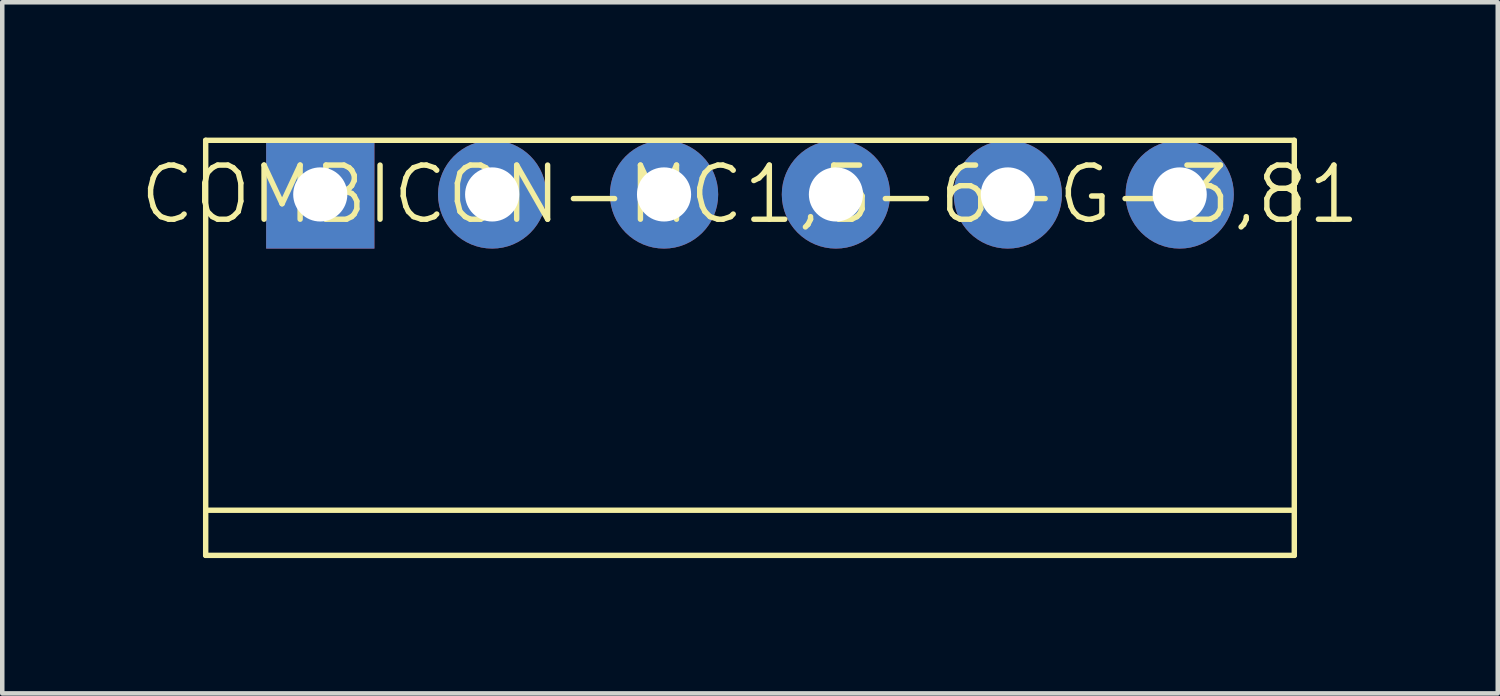
<source format=kicad_pcb>
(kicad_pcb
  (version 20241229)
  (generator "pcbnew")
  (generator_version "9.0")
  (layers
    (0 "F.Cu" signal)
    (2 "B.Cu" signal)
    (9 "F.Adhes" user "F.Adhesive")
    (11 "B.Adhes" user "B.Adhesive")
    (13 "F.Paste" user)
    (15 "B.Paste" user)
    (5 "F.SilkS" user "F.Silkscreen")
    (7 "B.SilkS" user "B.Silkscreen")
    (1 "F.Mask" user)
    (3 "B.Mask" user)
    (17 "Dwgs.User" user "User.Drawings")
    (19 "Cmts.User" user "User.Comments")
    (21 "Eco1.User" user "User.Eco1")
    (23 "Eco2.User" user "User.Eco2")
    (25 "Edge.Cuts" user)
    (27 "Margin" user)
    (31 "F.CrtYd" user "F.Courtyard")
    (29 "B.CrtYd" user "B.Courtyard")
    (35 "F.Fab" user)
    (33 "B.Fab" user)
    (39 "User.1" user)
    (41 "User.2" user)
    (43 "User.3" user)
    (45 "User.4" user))
  (footprint "COMBICON-MC1,5-6-G-3,81"
    (layer "F.Cu")
    (at 13.574 1.26)
    (property "Reference" "COMBICON-MC1,5-6-G-3,81" (at 0 0 0) (layer "F.SilkS") (effects (font (size 1.2 1.2) (thickness 0.12))))
    (attr through_hole)
    (fp_line (start -12.065 -1.2) (end -12.065 8) (stroke (width 0.12) (type solid)) (layer "F.SilkS"))
    (fp_line (start -12.065 7) (end 12.065 7) (stroke (width 0.12) (type solid)) (layer "F.SilkS"))
    (fp_line (start -12.065 8) (end 12.065 8) (stroke (width 0.12) (type solid)) (layer "F.SilkS"))
    (fp_line (start 12.065 -1.2) (end -12.065 -1.2) (stroke (width 0.12) (type solid)) (layer "F.SilkS"))
    (fp_line (start 12.065 8) (end 12.065 -1.2) (stroke (width 0.12) (type solid)) (layer "F.SilkS"))
    (pad "1" thru_hole rect (at -9.525 0) (size 2.4 2.4) (drill 1.2) (layers "*.Cu" "*.Mask"))
    (pad "2" thru_hole circle (at -5.715 0) (size 2.4 2.4) (drill 1.2) (layers "*.Cu" "*.Mask"))
    (pad "3" thru_hole circle (at -1.905 0) (size 2.4 2.4) (drill 1.2) (layers "*.Cu" "*.Mask"))
    (pad "4" thru_hole circle (at 1.905 0) (size 2.4 2.4) (drill 1.2) (layers "*.Cu" "*.Mask"))
    (pad "5" thru_hole circle (at 5.715 0) (size 2.4 2.4) (drill 1.2) (layers "*.Cu" "*.Mask"))
    (pad "6" thru_hole circle (at 9.525 0) (size 2.4 2.4) (drill 1.2) (layers "*.Cu" "*.Mask")))
  (gr_rect
    (start -3 -3)
    (end 30.149 12.32)
    (stroke (width 0.1) (type default))
    (fill no)
    (layer "Edge.Cuts")))
</source>
